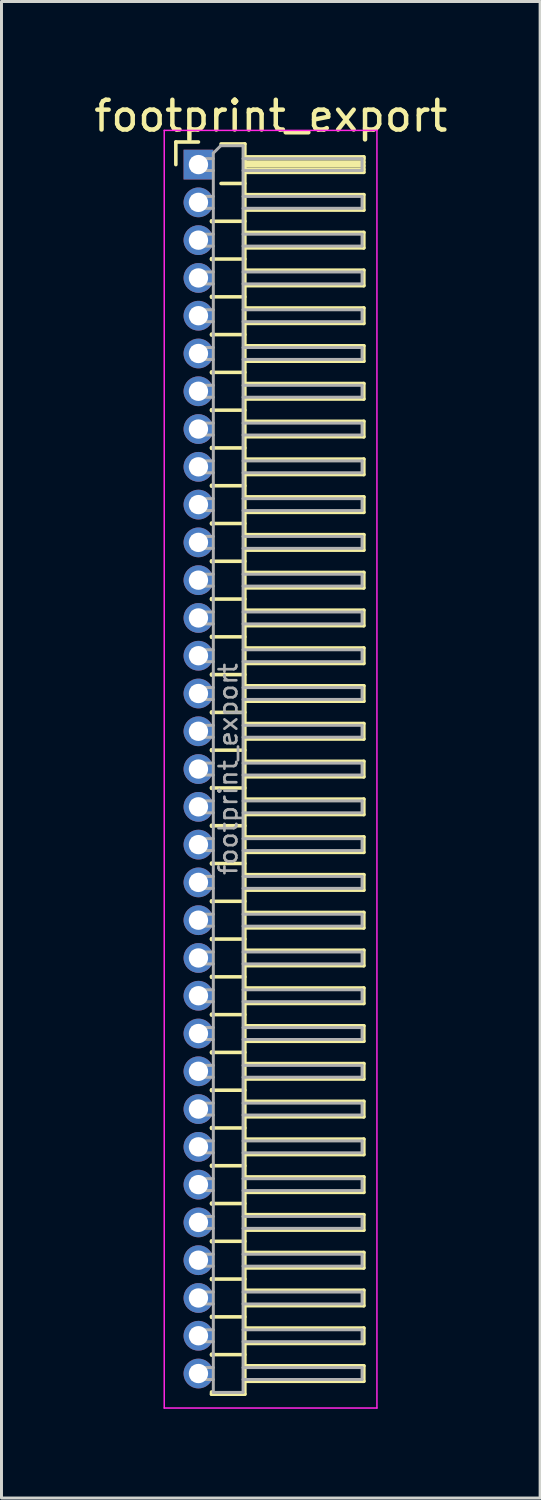
<source format=kicad_pcb>
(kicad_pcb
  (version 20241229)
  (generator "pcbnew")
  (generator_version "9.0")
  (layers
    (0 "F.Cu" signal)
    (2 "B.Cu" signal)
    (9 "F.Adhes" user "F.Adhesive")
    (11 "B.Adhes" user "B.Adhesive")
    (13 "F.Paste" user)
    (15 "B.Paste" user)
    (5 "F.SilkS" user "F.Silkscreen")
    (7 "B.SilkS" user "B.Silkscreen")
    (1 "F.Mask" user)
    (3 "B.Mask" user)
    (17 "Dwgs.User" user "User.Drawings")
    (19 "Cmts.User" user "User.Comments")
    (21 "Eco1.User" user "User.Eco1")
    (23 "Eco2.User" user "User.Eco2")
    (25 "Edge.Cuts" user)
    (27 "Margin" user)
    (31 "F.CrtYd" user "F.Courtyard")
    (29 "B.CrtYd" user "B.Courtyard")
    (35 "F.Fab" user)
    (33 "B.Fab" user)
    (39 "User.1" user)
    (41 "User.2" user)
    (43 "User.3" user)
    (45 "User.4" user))
  (footprint "footprint_export"
    (layer "F.Cu")
    (at 3.621 2.483)
    (property "Reference" "footprint_export" (at 2.433 -1.635 0) (layer "F.SilkS") (effects (font (size 1 1) (thickness 0.15))))
    (attr through_hole)
    (fp_line (start -0.76 -0.76) (end 0 -0.76) (stroke (width 0.12) (type solid)) (layer "F.SilkS"))
    (fp_line (start -0.76 0) (end -0.76 -0.76) (stroke (width 0.12) (type solid)) (layer "F.SilkS"))
    (fp_line (start 0.44 1.89) (end 0.44 1.92) (stroke (width 0.12) (type solid)) (layer "F.SilkS"))
    (fp_line (start 0.44 1.905) (end 1.56 1.905) (stroke (width 0.12) (type solid)) (layer "F.SilkS"))
    (fp_line (start 0.44 3.16) (end 0.44 3.19) (stroke (width 0.12) (type solid)) (layer "F.SilkS"))
    (fp_line (start 0.44 3.175) (end 1.56 3.175) (stroke (width 0.12) (type solid)) (layer "F.SilkS"))
    (fp_line (start 0.44 4.43) (end 0.44 4.46) (stroke (width 0.12) (type solid)) (layer "F.SilkS"))
    (fp_line (start 0.44 4.445) (end 1.56 4.445) (stroke (width 0.12) (type solid)) (layer "F.SilkS"))
    (fp_line (start 0.44 5.7) (end 0.44 5.73) (stroke (width 0.12) (type solid)) (layer "F.SilkS"))
    (fp_line (start 0.44 5.715) (end 1.56 5.715) (stroke (width 0.12) (type solid)) (layer "F.SilkS"))
    (fp_line (start 0.44 6.97) (end 0.44 7) (stroke (width 0.12) (type solid)) (layer "F.SilkS"))
    (fp_line (start 0.44 6.985) (end 1.56 6.985) (stroke (width 0.12) (type solid)) (layer "F.SilkS"))
    (fp_line (start 0.44 8.24) (end 0.44 8.27) (stroke (width 0.12) (type solid)) (layer "F.SilkS"))
    (fp_line (start 0.44 8.255) (end 1.56 8.255) (stroke (width 0.12) (type solid)) (layer "F.SilkS"))
    (fp_line (start 0.44 9.51) (end 0.44 9.54) (stroke (width 0.12) (type solid)) (layer "F.SilkS"))
    (fp_line (start 0.44 9.525) (end 1.56 9.525) (stroke (width 0.12) (type solid)) (layer "F.SilkS"))
    (fp_line (start 0.44 10.78) (end 0.44 10.81) (stroke (width 0.12) (type solid)) (layer "F.SilkS"))
    (fp_line (start 0.44 10.795) (end 1.56 10.795) (stroke (width 0.12) (type solid)) (layer "F.SilkS"))
    (fp_line (start 0.44 12.05) (end 0.44 12.08) (stroke (width 0.12) (type solid)) (layer "F.SilkS"))
    (fp_line (start 0.44 12.065) (end 1.56 12.065) (stroke (width 0.12) (type solid)) (layer "F.SilkS"))
    (fp_line (start 0.44 13.32) (end 0.44 13.35) (stroke (width 0.12) (type solid)) (layer "F.SilkS"))
    (fp_line (start 0.44 13.335) (end 1.56 13.335) (stroke (width 0.12) (type solid)) (layer "F.SilkS"))
    (fp_line (start 0.44 14.59) (end 0.44 14.62) (stroke (width 0.12) (type solid)) (layer "F.SilkS"))
    (fp_line (start 0.44 14.605) (end 1.56 14.605) (stroke (width 0.12) (type solid)) (layer "F.SilkS"))
    (fp_line (start 0.44 15.86) (end 0.44 15.89) (stroke (width 0.12) (type solid)) (layer "F.SilkS"))
    (fp_line (start 0.44 15.875) (end 1.56 15.875) (stroke (width 0.12) (type solid)) (layer "F.SilkS"))
    (fp_line (start 0.44 17.13) (end 0.44 17.16) (stroke (width 0.12) (type solid)) (layer "F.SilkS"))
    (fp_line (start 0.44 17.145) (end 1.56 17.145) (stroke (width 0.12) (type solid)) (layer "F.SilkS"))
    (fp_line (start 0.44 18.4) (end 0.44 18.43) (stroke (width 0.12) (type solid)) (layer "F.SilkS"))
    (fp_line (start 0.44 18.415) (end 1.56 18.415) (stroke (width 0.12) (type solid)) (layer "F.SilkS"))
    (fp_line (start 0.44 19.67) (end 0.44 19.7) (stroke (width 0.12) (type solid)) (layer "F.SilkS"))
    (fp_line (start 0.44 19.685) (end 1.56 19.685) (stroke (width 0.12) (type solid)) (layer "F.SilkS"))
    (fp_line (start 0.44 20.94) (end 0.44 20.97) (stroke (width 0.12) (type solid)) (layer "F.SilkS"))
    (fp_line (start 0.44 20.955) (end 1.56 20.955) (stroke (width 0.12) (type solid)) (layer "F.SilkS"))
    (fp_line (start 0.44 22.21) (end 0.44 22.24) (stroke (width 0.12) (type solid)) (layer "F.SilkS"))
    (fp_line (start 0.44 22.225) (end 1.56 22.225) (stroke (width 0.12) (type solid)) (layer "F.SilkS"))
    (fp_line (start 0.44 23.48) (end 0.44 23.51) (stroke (width 0.12) (type solid)) (layer "F.SilkS"))
    (fp_line (start 0.44 23.495) (end 1.56 23.495) (stroke (width 0.12) (type solid)) (layer "F.SilkS"))
    (fp_line (start 0.44 24.75) (end 0.44 24.78) (stroke (width 0.12) (type solid)) (layer "F.SilkS"))
    (fp_line (start 0.44 24.765) (end 1.56 24.765) (stroke (width 0.12) (type solid)) (layer "F.SilkS"))
    (fp_line (start 0.44 26.02) (end 0.44 26.05) (stroke (width 0.12) (type solid)) (layer "F.SilkS"))
    (fp_line (start 0.44 26.035) (end 1.56 26.035) (stroke (width 0.12) (type solid)) (layer "F.SilkS"))
    (fp_line (start 0.44 27.29) (end 0.44 27.32) (stroke (width 0.12) (type solid)) (layer "F.SilkS"))
    (fp_line (start 0.44 27.305) (end 1.56 27.305) (stroke (width 0.12) (type solid)) (layer "F.SilkS"))
    (fp_line (start 0.44 28.56) (end 0.44 28.59) (stroke (width 0.12) (type solid)) (layer "F.SilkS"))
    (fp_line (start 0.44 28.575) (end 1.56 28.575) (stroke (width 0.12) (type solid)) (layer "F.SilkS"))
    (fp_line (start 0.44 29.83) (end 0.44 29.86) (stroke (width 0.12) (type solid)) (layer "F.SilkS"))
    (fp_line (start 0.44 29.845) (end 1.56 29.845) (stroke (width 0.12) (type solid)) (layer "F.SilkS"))
    (fp_line (start 0.44 31.1) (end 0.44 31.13) (stroke (width 0.12) (type solid)) (layer "F.SilkS"))
    (fp_line (start 0.44 31.115) (end 1.56 31.115) (stroke (width 0.12) (type solid)) (layer "F.SilkS"))
    (fp_line (start 0.44 32.37) (end 0.44 32.4) (stroke (width 0.12) (type solid)) (layer "F.SilkS"))
    (fp_line (start 0.44 32.385) (end 1.56 32.385) (stroke (width 0.12) (type solid)) (layer "F.SilkS"))
    (fp_line (start 0.44 33.64) (end 0.44 33.67) (stroke (width 0.12) (type solid)) (layer "F.SilkS"))
    (fp_line (start 0.44 33.655) (end 1.56 33.655) (stroke (width 0.12) (type solid)) (layer "F.SilkS"))
    (fp_line (start 0.44 34.91) (end 0.44 34.94) (stroke (width 0.12) (type solid)) (layer "F.SilkS"))
    (fp_line (start 0.44 34.925) (end 1.56 34.925) (stroke (width 0.12) (type solid)) (layer "F.SilkS"))
    (fp_line (start 0.44 36.18) (end 0.44 36.21) (stroke (width 0.12) (type solid)) (layer "F.SilkS"))
    (fp_line (start 0.44 36.195) (end 1.56 36.195) (stroke (width 0.12) (type solid)) (layer "F.SilkS"))
    (fp_line (start 0.44 37.45) (end 0.44 37.48) (stroke (width 0.12) (type solid)) (layer "F.SilkS"))
    (fp_line (start 0.44 37.465) (end 1.56 37.465) (stroke (width 0.12) (type solid)) (layer "F.SilkS"))
    (fp_line (start 0.44 38.72) (end 0.44 38.75) (stroke (width 0.12) (type solid)) (layer "F.SilkS"))
    (fp_line (start 0.44 38.735) (end 1.56 38.735) (stroke (width 0.12) (type solid)) (layer "F.SilkS"))
    (fp_line (start 0.44 39.99) (end 0.44 40.02) (stroke (width 0.12) (type solid)) (layer "F.SilkS"))
    (fp_line (start 0.44 40.005) (end 1.56 40.005) (stroke (width 0.12) (type solid)) (layer "F.SilkS"))
    (fp_line (start 0.44 41.335) (end 0.44 41.26) (stroke (width 0.12) (type solid)) (layer "F.SilkS"))
    (fp_line (start 0.76 -0.695) (end 1.56 -0.695) (stroke (width 0.12) (type solid)) (layer "F.SilkS"))
    (fp_line (start 0.76 0.635) (end 1.56 0.635) (stroke (width 0.12) (type solid)) (layer "F.SilkS"))
    (fp_line (start 1.56 -0.695) (end 1.56 41.335) (stroke (width 0.12) (type solid)) (layer "F.SilkS"))
    (fp_line (start 1.56 -0.26) (end 5.56 -0.26) (stroke (width 0.12) (type solid)) (layer "F.SilkS"))
    (fp_line (start 1.56 -0.2) (end 5.56 -0.2) (stroke (width 0.12) (type solid)) (layer "F.SilkS"))
    (fp_line (start 1.56 -0.08) (end 5.56 -0.08) (stroke (width 0.12) (type solid)) (layer "F.SilkS"))
    (fp_line (start 1.56 0.04) (end 5.56 0.04) (stroke (width 0.12) (type solid)) (layer "F.SilkS"))
    (fp_line (start 1.56 0.16) (end 5.56 0.16) (stroke (width 0.12) (type solid)) (layer "F.SilkS"))
    (fp_line (start 1.56 1.01) (end 5.56 1.01) (stroke (width 0.12) (type solid)) (layer "F.SilkS"))
    (fp_line (start 1.56 2.28) (end 5.56 2.28) (stroke (width 0.12) (type solid)) (layer "F.SilkS"))
    (fp_line (start 1.56 3.55) (end 5.56 3.55) (stroke (width 0.12) (type solid)) (layer "F.SilkS"))
    (fp_line (start 1.56 4.82) (end 5.56 4.82) (stroke (width 0.12) (type solid)) (layer "F.SilkS"))
    (fp_line (start 1.56 6.09) (end 5.56 6.09) (stroke (width 0.12) (type solid)) (layer "F.SilkS"))
    (fp_line (start 1.56 7.36) (end 5.56 7.36) (stroke (width 0.12) (type solid)) (layer "F.SilkS"))
    (fp_line (start 1.56 8.63) (end 5.56 8.63) (stroke (width 0.12) (type solid)) (layer "F.SilkS"))
    (fp_line (start 1.56 9.9) (end 5.56 9.9) (stroke (width 0.12) (type solid)) (layer "F.SilkS"))
    (fp_line (start 1.56 11.17) (end 5.56 11.17) (stroke (width 0.12) (type solid)) (layer "F.SilkS"))
    (fp_line (start 1.56 12.44) (end 5.56 12.44) (stroke (width 0.12) (type solid)) (layer "F.SilkS"))
    (fp_line (start 1.56 13.71) (end 5.56 13.71) (stroke (width 0.12) (type solid)) (layer "F.SilkS"))
    (fp_line (start 1.56 14.98) (end 5.56 14.98) (stroke (width 0.12) (type solid)) (layer "F.SilkS"))
    (fp_line (start 1.56 16.25) (end 5.56 16.25) (stroke (width 0.12) (type solid)) (layer "F.SilkS"))
    (fp_line (start 1.56 17.52) (end 5.56 17.52) (stroke (width 0.12) (type solid)) (layer "F.SilkS"))
    (fp_line (start 1.56 18.79) (end 5.56 18.79) (stroke (width 0.12) (type solid)) (layer "F.SilkS"))
    (fp_line (start 1.56 20.06) (end 5.56 20.06) (stroke (width 0.12) (type solid)) (layer "F.SilkS"))
    (fp_line (start 1.56 21.33) (end 5.56 21.33) (stroke (width 0.12) (type solid)) (layer "F.SilkS"))
    (fp_line (start 1.56 22.6) (end 5.56 22.6) (stroke (width 0.12) (type solid)) (layer "F.SilkS"))
    (fp_line (start 1.56 23.87) (end 5.56 23.87) (stroke (width 0.12) (type solid)) (layer "F.SilkS"))
    (fp_line (start 1.56 25.14) (end 5.56 25.14) (stroke (width 0.12) (type solid)) (layer "F.SilkS"))
    (fp_line (start 1.56 26.41) (end 5.56 26.41) (stroke (width 0.12) (type solid)) (layer "F.SilkS"))
    (fp_line (start 1.56 27.68) (end 5.56 27.68) (stroke (width 0.12) (type solid)) (layer "F.SilkS"))
    (fp_line (start 1.56 28.95) (end 5.56 28.95) (stroke (width 0.12) (type solid)) (layer "F.SilkS"))
    (fp_line (start 1.56 30.22) (end 5.56 30.22) (stroke (width 0.12) (type solid)) (layer "F.SilkS"))
    (fp_line (start 1.56 31.49) (end 5.56 31.49) (stroke (width 0.12) (type solid)) (layer "F.SilkS"))
    (fp_line (start 1.56 32.76) (end 5.56 32.76) (stroke (width 0.12) (type solid)) (layer "F.SilkS"))
    (fp_line (start 1.56 34.03) (end 5.56 34.03) (stroke (width 0.12) (type solid)) (layer "F.SilkS"))
    (fp_line (start 1.56 35.3) (end 5.56 35.3) (stroke (width 0.12) (type solid)) (layer "F.SilkS"))
    (fp_line (start 1.56 36.57) (end 5.56 36.57) (stroke (width 0.12) (type solid)) (layer "F.SilkS"))
    (fp_line (start 1.56 37.84) (end 5.56 37.84) (stroke (width 0.12) (type solid)) (layer "F.SilkS"))
    (fp_line (start 1.56 39.11) (end 5.56 39.11) (stroke (width 0.12) (type solid)) (layer "F.SilkS"))
    (fp_line (start 1.56 40.38) (end 5.56 40.38) (stroke (width 0.12) (type solid)) (layer "F.SilkS"))
    (fp_line (start 1.56 41.335) (end 0.44 41.335) (stroke (width 0.12) (type solid)) (layer "F.SilkS"))
    (fp_line (start 5.56 -0.26) (end 5.56 0.26) (stroke (width 0.12) (type solid)) (layer "F.SilkS"))
    (fp_line (start 5.56 0.26) (end 1.56 0.26) (stroke (width 0.12) (type solid)) (layer "F.SilkS"))
    (fp_line (start 5.56 1.01) (end 5.56 1.53) (stroke (width 0.12) (type solid)) (layer "F.SilkS"))
    (fp_line (start 5.56 1.53) (end 1.56 1.53) (stroke (width 0.12) (type solid)) (layer "F.SilkS"))
    (fp_line (start 5.56 2.28) (end 5.56 2.8) (stroke (width 0.12) (type solid)) (layer "F.SilkS"))
    (fp_line (start 5.56 2.8) (end 1.56 2.8) (stroke (width 0.12) (type solid)) (layer "F.SilkS"))
    (fp_line (start 5.56 3.55) (end 5.56 4.07) (stroke (width 0.12) (type solid)) (layer "F.SilkS"))
    (fp_line (start 5.56 4.07) (end 1.56 4.07) (stroke (width 0.12) (type solid)) (layer "F.SilkS"))
    (fp_line (start 5.56 4.82) (end 5.56 5.34) (stroke (width 0.12) (type solid)) (layer "F.SilkS"))
    (fp_line (start 5.56 5.34) (end 1.56 5.34) (stroke (width 0.12) (type solid)) (layer "F.SilkS"))
    (fp_line (start 5.56 6.09) (end 5.56 6.61) (stroke (width 0.12) (type solid)) (layer "F.SilkS"))
    (fp_line (start 5.56 6.61) (end 1.56 6.61) (stroke (width 0.12) (type solid)) (layer "F.SilkS"))
    (fp_line (start 5.56 7.36) (end 5.56 7.88) (stroke (width 0.12) (type solid)) (layer "F.SilkS"))
    (fp_line (start 5.56 7.88) (end 1.56 7.88) (stroke (width 0.12) (type solid)) (layer "F.SilkS"))
    (fp_line (start 5.56 8.63) (end 5.56 9.15) (stroke (width 0.12) (type solid)) (layer "F.SilkS"))
    (fp_line (start 5.56 9.15) (end 1.56 9.15) (stroke (width 0.12) (type solid)) (layer "F.SilkS"))
    (fp_line (start 5.56 9.9) (end 5.56 10.42) (stroke (width 0.12) (type solid)) (layer "F.SilkS"))
    (fp_line (start 5.56 10.42) (end 1.56 10.42) (stroke (width 0.12) (type solid)) (layer "F.SilkS"))
    (fp_line (start 5.56 11.17) (end 5.56 11.69) (stroke (width 0.12) (type solid)) (layer "F.SilkS"))
    (fp_line (start 5.56 11.69) (end 1.56 11.69) (stroke (width 0.12) (type solid)) (layer "F.SilkS"))
    (fp_line (start 5.56 12.44) (end 5.56 12.96) (stroke (width 0.12) (type solid)) (layer "F.SilkS"))
    (fp_line (start 5.56 12.96) (end 1.56 12.96) (stroke (width 0.12) (type solid)) (layer "F.SilkS"))
    (fp_line (start 5.56 13.71) (end 5.56 14.23) (stroke (width 0.12) (type solid)) (layer "F.SilkS"))
    (fp_line (start 5.56 14.23) (end 1.56 14.23) (stroke (width 0.12) (type solid)) (layer "F.SilkS"))
    (fp_line (start 5.56 14.98) (end 5.56 15.5) (stroke (width 0.12) (type solid)) (layer "F.SilkS"))
    (fp_line (start 5.56 15.5) (end 1.56 15.5) (stroke (width 0.12) (type solid)) (layer "F.SilkS"))
    (fp_line (start 5.56 16.25) (end 5.56 16.77) (stroke (width 0.12) (type solid)) (layer "F.SilkS"))
    (fp_line (start 5.56 16.77) (end 1.56 16.77) (stroke (width 0.12) (type solid)) (layer "F.SilkS"))
    (fp_line (start 5.56 17.52) (end 5.56 18.04) (stroke (width 0.12) (type solid)) (layer "F.SilkS"))
    (fp_line (start 5.56 18.04) (end 1.56 18.04) (stroke (width 0.12) (type solid)) (layer "F.SilkS"))
    (fp_line (start 5.56 18.79) (end 5.56 19.31) (stroke (width 0.12) (type solid)) (layer "F.SilkS"))
    (fp_line (start 5.56 19.31) (end 1.56 19.31) (stroke (width 0.12) (type solid)) (layer "F.SilkS"))
    (fp_line (start 5.56 20.06) (end 5.56 20.58) (stroke (width 0.12) (type solid)) (layer "F.SilkS"))
    (fp_line (start 5.56 20.58) (end 1.56 20.58) (stroke (width 0.12) (type solid)) (layer "F.SilkS"))
    (fp_line (start 5.56 21.33) (end 5.56 21.85) (stroke (width 0.12) (type solid)) (layer "F.SilkS"))
    (fp_line (start 5.56 21.85) (end 1.56 21.85) (stroke (width 0.12) (type solid)) (layer "F.SilkS"))
    (fp_line (start 5.56 22.6) (end 5.56 23.12) (stroke (width 0.12) (type solid)) (layer "F.SilkS"))
    (fp_line (start 5.56 23.12) (end 1.56 23.12) (stroke (width 0.12) (type solid)) (layer "F.SilkS"))
    (fp_line (start 5.56 23.87) (end 5.56 24.39) (stroke (width 0.12) (type solid)) (layer "F.SilkS"))
    (fp_line (start 5.56 24.39) (end 1.56 24.39) (stroke (width 0.12) (type solid)) (layer "F.SilkS"))
    (fp_line (start 5.56 25.14) (end 5.56 25.66) (stroke (width 0.12) (type solid)) (layer "F.SilkS"))
    (fp_line (start 5.56 25.66) (end 1.56 25.66) (stroke (width 0.12) (type solid)) (layer "F.SilkS"))
    (fp_line (start 5.56 26.41) (end 5.56 26.93) (stroke (width 0.12) (type solid)) (layer "F.SilkS"))
    (fp_line (start 5.56 26.93) (end 1.56 26.93) (stroke (width 0.12) (type solid)) (layer "F.SilkS"))
    (fp_line (start 5.56 27.68) (end 5.56 28.2) (stroke (width 0.12) (type solid)) (layer "F.SilkS"))
    (fp_line (start 5.56 28.2) (end 1.56 28.2) (stroke (width 0.12) (type solid)) (layer "F.SilkS"))
    (fp_line (start 5.56 28.95) (end 5.56 29.47) (stroke (width 0.12) (type solid)) (layer "F.SilkS"))
    (fp_line (start 5.56 29.47) (end 1.56 29.47) (stroke (width 0.12) (type solid)) (layer "F.SilkS"))
    (fp_line (start 5.56 30.22) (end 5.56 30.74) (stroke (width 0.12) (type solid)) (layer "F.SilkS"))
    (fp_line (start 5.56 30.74) (end 1.56 30.74) (stroke (width 0.12) (type solid)) (layer "F.SilkS"))
    (fp_line (start 5.56 31.49) (end 5.56 32.01) (stroke (width 0.12) (type solid)) (layer "F.SilkS"))
    (fp_line (start 5.56 32.01) (end 1.56 32.01) (stroke (width 0.12) (type solid)) (layer "F.SilkS"))
    (fp_line (start 5.56 32.76) (end 5.56 33.28) (stroke (width 0.12) (type solid)) (layer "F.SilkS"))
    (fp_line (start 5.56 33.28) (end 1.56 33.28) (stroke (width 0.12) (type solid)) (layer "F.SilkS"))
    (fp_line (start 5.56 34.03) (end 5.56 34.55) (stroke (width 0.12) (type solid)) (layer "F.SilkS"))
    (fp_line (start 5.56 34.55) (end 1.56 34.55) (stroke (width 0.12) (type solid)) (layer "F.SilkS"))
    (fp_line (start 5.56 35.3) (end 5.56 35.82) (stroke (width 0.12) (type solid)) (layer "F.SilkS"))
    (fp_line (start 5.56 35.82) (end 1.56 35.82) (stroke (width 0.12) (type solid)) (layer "F.SilkS"))
    (fp_line (start 5.56 36.57) (end 5.56 37.09) (stroke (width 0.12) (type solid)) (layer "F.SilkS"))
    (fp_line (start 5.56 37.09) (end 1.56 37.09) (stroke (width 0.12) (type solid)) (layer "F.SilkS"))
    (fp_line (start 5.56 37.84) (end 5.56 38.36) (stroke (width 0.12) (type solid)) (layer "F.SilkS"))
    (fp_line (start 5.56 38.36) (end 1.56 38.36) (stroke (width 0.12) (type solid)) (layer "F.SilkS"))
    (fp_line (start 5.56 39.11) (end 5.56 39.63) (stroke (width 0.12) (type solid)) (layer "F.SilkS"))
    (fp_line (start 5.56 39.63) (end 1.56 39.63) (stroke (width 0.12) (type solid)) (layer "F.SilkS"))
    (fp_line (start 5.56 40.38) (end 5.56 40.9) (stroke (width 0.12) (type solid)) (layer "F.SilkS"))
    (fp_line (start 5.56 40.9) (end 1.56 40.9) (stroke (width 0.12) (type solid)) (layer "F.SilkS"))
    (fp_line (start -1.15 -1.15) (end -1.15 41.8) (stroke (width 0.05) (type solid)) (layer "F.CrtYd"))
    (fp_line (start -1.15 41.8) (end 6 41.8) (stroke (width 0.05) (type solid)) (layer "F.CrtYd"))
    (fp_line (start 6 -1.15) (end -1.15 -1.15) (stroke (width 0.05) (type solid)) (layer "F.CrtYd"))
    (fp_line (start 6 41.8) (end 6 -1.15) (stroke (width 0.05) (type solid)) (layer "F.CrtYd"))
    (fp_line (start -0.2 -0.2) (end -0.2 0.2) (stroke (width 0.1) (type solid)) (layer "F.Fab"))
    (fp_line (start -0.2 -0.2) (end 0.5 -0.2) (stroke (width 0.1) (type solid)) (layer "F.Fab"))
    (fp_line (start -0.2 0.2) (end 0.5 0.2) (stroke (width 0.1) (type solid)) (layer "F.Fab"))
    (fp_line (start -0.2 1.07) (end -0.2 1.47) (stroke (width 0.1) (type solid)) (layer "F.Fab"))
    (fp_line (start -0.2 1.07) (end 0.5 1.07) (stroke (width 0.1) (type solid)) (layer "F.Fab"))
    (fp_line (start -0.2 1.47) (end 0.5 1.47) (stroke (width 0.1) (type solid)) (layer "F.Fab"))
    (fp_line (start -0.2 2.34) (end -0.2 2.74) (stroke (width 0.1) (type solid)) (layer "F.Fab"))
    (fp_line (start -0.2 2.34) (end 0.5 2.34) (stroke (width 0.1) (type solid)) (layer "F.Fab"))
    (fp_line (start -0.2 2.74) (end 0.5 2.74) (stroke (width 0.1) (type solid)) (layer "F.Fab"))
    (fp_line (start -0.2 3.61) (end -0.2 4.01) (stroke (width 0.1) (type solid)) (layer "F.Fab"))
    (fp_line (start -0.2 3.61) (end 0.5 3.61) (stroke (width 0.1) (type solid)) (layer "F.Fab"))
    (fp_line (start -0.2 4.01) (end 0.5 4.01) (stroke (width 0.1) (type solid)) (layer "F.Fab"))
    (fp_line (start -0.2 4.88) (end -0.2 5.28) (stroke (width 0.1) (type solid)) (layer "F.Fab"))
    (fp_line (start -0.2 4.88) (end 0.5 4.88) (stroke (width 0.1) (type solid)) (layer "F.Fab"))
    (fp_line (start -0.2 5.28) (end 0.5 5.28) (stroke (width 0.1) (type solid)) (layer "F.Fab"))
    (fp_line (start -0.2 6.15) (end -0.2 6.55) (stroke (width 0.1) (type solid)) (layer "F.Fab"))
    (fp_line (start -0.2 6.15) (end 0.5 6.15) (stroke (width 0.1) (type solid)) (layer "F.Fab"))
    (fp_line (start -0.2 6.55) (end 0.5 6.55) (stroke (width 0.1) (type solid)) (layer "F.Fab"))
    (fp_line (start -0.2 7.42) (end -0.2 7.82) (stroke (width 0.1) (type solid)) (layer "F.Fab"))
    (fp_line (start -0.2 7.42) (end 0.5 7.42) (stroke (width 0.1) (type solid)) (layer "F.Fab"))
    (fp_line (start -0.2 7.82) (end 0.5 7.82) (stroke (width 0.1) (type solid)) (layer "F.Fab"))
    (fp_line (start -0.2 8.69) (end -0.2 9.09) (stroke (width 0.1) (type solid)) (layer "F.Fab"))
    (fp_line (start -0.2 8.69) (end 0.5 8.69) (stroke (width 0.1) (type solid)) (layer "F.Fab"))
    (fp_line (start -0.2 9.09) (end 0.5 9.09) (stroke (width 0.1) (type solid)) (layer "F.Fab"))
    (fp_line (start -0.2 9.96) (end -0.2 10.36) (stroke (width 0.1) (type solid)) (layer "F.Fab"))
    (fp_line (start -0.2 9.96) (end 0.5 9.96) (stroke (width 0.1) (type solid)) (layer "F.Fab"))
    (fp_line (start -0.2 10.36) (end 0.5 10.36) (stroke (width 0.1) (type solid)) (layer "F.Fab"))
    (fp_line (start -0.2 11.23) (end -0.2 11.63) (stroke (width 0.1) (type solid)) (layer "F.Fab"))
    (fp_line (start -0.2 11.23) (end 0.5 11.23) (stroke (width 0.1) (type solid)) (layer "F.Fab"))
    (fp_line (start -0.2 11.63) (end 0.5 11.63) (stroke (width 0.1) (type solid)) (layer "F.Fab"))
    (fp_line (start -0.2 12.5) (end -0.2 12.9) (stroke (width 0.1) (type solid)) (layer "F.Fab"))
    (fp_line (start -0.2 12.5) (end 0.5 12.5) (stroke (width 0.1) (type solid)) (layer "F.Fab"))
    (fp_line (start -0.2 12.9) (end 0.5 12.9) (stroke (width 0.1) (type solid)) (layer "F.Fab"))
    (fp_line (start -0.2 13.77) (end -0.2 14.17) (stroke (width 0.1) (type solid)) (layer "F.Fab"))
    (fp_line (start -0.2 13.77) (end 0.5 13.77) (stroke (width 0.1) (type solid)) (layer "F.Fab"))
    (fp_line (start -0.2 14.17) (end 0.5 14.17) (stroke (width 0.1) (type solid)) (layer "F.Fab"))
    (fp_line (start -0.2 15.04) (end -0.2 15.44) (stroke (width 0.1) (type solid)) (layer "F.Fab"))
    (fp_line (start -0.2 15.04) (end 0.5 15.04) (stroke (width 0.1) (type solid)) (layer "F.Fab"))
    (fp_line (start -0.2 15.44) (end 0.5 15.44) (stroke (width 0.1) (type solid)) (layer "F.Fab"))
    (fp_line (start -0.2 16.31) (end -0.2 16.71) (stroke (width 0.1) (type solid)) (layer "F.Fab"))
    (fp_line (start -0.2 16.31) (end 0.5 16.31) (stroke (width 0.1) (type solid)) (layer "F.Fab"))
    (fp_line (start -0.2 16.71) (end 0.5 16.71) (stroke (width 0.1) (type solid)) (layer "F.Fab"))
    (fp_line (start -0.2 17.58) (end -0.2 17.98) (stroke (width 0.1) (type solid)) (layer "F.Fab"))
    (fp_line (start -0.2 17.58) (end 0.5 17.58) (stroke (width 0.1) (type solid)) (layer "F.Fab"))
    (fp_line (start -0.2 17.98) (end 0.5 17.98) (stroke (width 0.1) (type solid)) (layer "F.Fab"))
    (fp_line (start -0.2 18.85) (end -0.2 19.25) (stroke (width 0.1) (type solid)) (layer "F.Fab"))
    (fp_line (start -0.2 18.85) (end 0.5 18.85) (stroke (width 0.1) (type solid)) (layer "F.Fab"))
    (fp_line (start -0.2 19.25) (end 0.5 19.25) (stroke (width 0.1) (type solid)) (layer "F.Fab"))
    (fp_line (start -0.2 20.12) (end -0.2 20.52) (stroke (width 0.1) (type solid)) (layer "F.Fab"))
    (fp_line (start -0.2 20.12) (end 0.5 20.12) (stroke (width 0.1) (type solid)) (layer "F.Fab"))
    (fp_line (start -0.2 20.52) (end 0.5 20.52) (stroke (width 0.1) (type solid)) (layer "F.Fab"))
    (fp_line (start -0.2 21.39) (end -0.2 21.79) (stroke (width 0.1) (type solid)) (layer "F.Fab"))
    (fp_line (start -0.2 21.39) (end 0.5 21.39) (stroke (width 0.1) (type solid)) (layer "F.Fab"))
    (fp_line (start -0.2 21.79) (end 0.5 21.79) (stroke (width 0.1) (type solid)) (layer "F.Fab"))
    (fp_line (start -0.2 22.66) (end -0.2 23.06) (stroke (width 0.1) (type solid)) (layer "F.Fab"))
    (fp_line (start -0.2 22.66) (end 0.5 22.66) (stroke (width 0.1) (type solid)) (layer "F.Fab"))
    (fp_line (start -0.2 23.06) (end 0.5 23.06) (stroke (width 0.1) (type solid)) (layer "F.Fab"))
    (fp_line (start -0.2 23.93) (end -0.2 24.33) (stroke (width 0.1) (type solid)) (layer "F.Fab"))
    (fp_line (start -0.2 23.93) (end 0.5 23.93) (stroke (width 0.1) (type solid)) (layer "F.Fab"))
    (fp_line (start -0.2 24.33) (end 0.5 24.33) (stroke (width 0.1) (type solid)) (layer "F.Fab"))
    (fp_line (start -0.2 25.2) (end -0.2 25.6) (stroke (width 0.1) (type solid)) (layer "F.Fab"))
    (fp_line (start -0.2 25.2) (end 0.5 25.2) (stroke (width 0.1) (type solid)) (layer "F.Fab"))
    (fp_line (start -0.2 25.6) (end 0.5 25.6) (stroke (width 0.1) (type solid)) (layer "F.Fab"))
    (fp_line (start -0.2 26.47) (end -0.2 26.87) (stroke (width 0.1) (type solid)) (layer "F.Fab"))
    (fp_line (start -0.2 26.47) (end 0.5 26.47) (stroke (width 0.1) (type solid)) (layer "F.Fab"))
    (fp_line (start -0.2 26.87) (end 0.5 26.87) (stroke (width 0.1) (type solid)) (layer "F.Fab"))
    (fp_line (start -0.2 27.74) (end -0.2 28.14) (stroke (width 0.1) (type solid)) (layer "F.Fab"))
    (fp_line (start -0.2 27.74) (end 0.5 27.74) (stroke (width 0.1) (type solid)) (layer "F.Fab"))
    (fp_line (start -0.2 28.14) (end 0.5 28.14) (stroke (width 0.1) (type solid)) (layer "F.Fab"))
    (fp_line (start -0.2 29.01) (end -0.2 29.41) (stroke (width 0.1) (type solid)) (layer "F.Fab"))
    (fp_line (start -0.2 29.01) (end 0.5 29.01) (stroke (width 0.1) (type solid)) (layer "F.Fab"))
    (fp_line (start -0.2 29.41) (end 0.5 29.41) (stroke (width 0.1) (type solid)) (layer "F.Fab"))
    (fp_line (start -0.2 30.28) (end -0.2 30.68) (stroke (width 0.1) (type solid)) (layer "F.Fab"))
    (fp_line (start -0.2 30.28) (end 0.5 30.28) (stroke (width 0.1) (type solid)) (layer "F.Fab"))
    (fp_line (start -0.2 30.68) (end 0.5 30.68) (stroke (width 0.1) (type solid)) (layer "F.Fab"))
    (fp_line (start -0.2 31.55) (end -0.2 31.95) (stroke (width 0.1) (type solid)) (layer "F.Fab"))
    (fp_line (start -0.2 31.55) (end 0.5 31.55) (stroke (width 0.1) (type solid)) (layer "F.Fab"))
    (fp_line (start -0.2 31.95) (end 0.5 31.95) (stroke (width 0.1) (type solid)) (layer "F.Fab"))
    (fp_line (start -0.2 32.82) (end -0.2 33.22) (stroke (width 0.1) (type solid)) (layer "F.Fab"))
    (fp_line (start -0.2 32.82) (end 0.5 32.82) (stroke (width 0.1) (type solid)) (layer "F.Fab"))
    (fp_line (start -0.2 33.22) (end 0.5 33.22) (stroke (width 0.1) (type solid)) (layer "F.Fab"))
    (fp_line (start -0.2 34.09) (end -0.2 34.49) (stroke (width 0.1) (type solid)) (layer "F.Fab"))
    (fp_line (start -0.2 34.09) (end 0.5 34.09) (stroke (width 0.1) (type solid)) (layer "F.Fab"))
    (fp_line (start -0.2 34.49) (end 0.5 34.49) (stroke (width 0.1) (type solid)) (layer "F.Fab"))
    (fp_line (start -0.2 35.36) (end -0.2 35.76) (stroke (width 0.1) (type solid)) (layer "F.Fab"))
    (fp_line (start -0.2 35.36) (end 0.5 35.36) (stroke (width 0.1) (type solid)) (layer "F.Fab"))
    (fp_line (start -0.2 35.76) (end 0.5 35.76) (stroke (width 0.1) (type solid)) (layer "F.Fab"))
    (fp_line (start -0.2 36.63) (end -0.2 37.03) (stroke (width 0.1) (type solid)) (layer "F.Fab"))
    (fp_line (start -0.2 36.63) (end 0.5 36.63) (stroke (width 0.1) (type solid)) (layer "F.Fab"))
    (fp_line (start -0.2 37.03) (end 0.5 37.03) (stroke (width 0.1) (type solid)) (layer "F.Fab"))
    (fp_line (start -0.2 37.9) (end -0.2 38.3) (stroke (width 0.1) (type solid)) (layer "F.Fab"))
    (fp_line (start -0.2 37.9) (end 0.5 37.9) (stroke (width 0.1) (type solid)) (layer "F.Fab"))
    (fp_line (start -0.2 38.3) (end 0.5 38.3) (stroke (width 0.1) (type solid)) (layer "F.Fab"))
    (fp_line (start -0.2 39.17) (end -0.2 39.57) (stroke (width 0.1) (type solid)) (layer "F.Fab"))
    (fp_line (start -0.2 39.17) (end 0.5 39.17) (stroke (width 0.1) (type solid)) (layer "F.Fab"))
    (fp_line (start -0.2 39.57) (end 0.5 39.57) (stroke (width 0.1) (type solid)) (layer "F.Fab"))
    (fp_line (start -0.2 40.44) (end -0.2 40.84) (stroke (width 0.1) (type solid)) (layer "F.Fab"))
    (fp_line (start -0.2 40.44) (end 0.5 40.44) (stroke (width 0.1) (type solid)) (layer "F.Fab"))
    (fp_line (start -0.2 40.84) (end 0.5 40.84) (stroke (width 0.1) (type solid)) (layer "F.Fab"))
    (fp_line (start 0.5 -0.385) (end 0.75 -0.635) (stroke (width 0.1) (type solid)) (layer "F.Fab"))
    (fp_line (start 0.5 41.275) (end 0.5 -0.385) (stroke (width 0.1) (type solid)) (layer "F.Fab"))
    (fp_line (start 0.75 -0.635) (end 1.5 -0.635) (stroke (width 0.1) (type solid)) (layer "F.Fab"))
    (fp_line (start 1.5 -0.635) (end 1.5 41.275) (stroke (width 0.1) (type solid)) (layer "F.Fab"))
    (fp_line (start 1.5 -0.2) (end 5.5 -0.2) (stroke (width 0.1) (type solid)) (layer "F.Fab"))
    (fp_line (start 1.5 0.2) (end 5.5 0.2) (stroke (width 0.1) (type solid)) (layer "F.Fab"))
    (fp_line (start 1.5 1.07) (end 5.5 1.07) (stroke (width 0.1) (type solid)) (layer "F.Fab"))
    (fp_line (start 1.5 1.47) (end 5.5 1.47) (stroke (width 0.1) (type solid)) (layer "F.Fab"))
    (fp_line (start 1.5 2.34) (end 5.5 2.34) (stroke (width 0.1) (type solid)) (layer "F.Fab"))
    (fp_line (start 1.5 2.74) (end 5.5 2.74) (stroke (width 0.1) (type solid)) (layer "F.Fab"))
    (fp_line (start 1.5 3.61) (end 5.5 3.61) (stroke (width 0.1) (type solid)) (layer "F.Fab"))
    (fp_line (start 1.5 4.01) (end 5.5 4.01) (stroke (width 0.1) (type solid)) (layer "F.Fab"))
    (fp_line (start 1.5 4.88) (end 5.5 4.88) (stroke (width 0.1) (type solid)) (layer "F.Fab"))
    (fp_line (start 1.5 5.28) (end 5.5 5.28) (stroke (width 0.1) (type solid)) (layer "F.Fab"))
    (fp_line (start 1.5 6.15) (end 5.5 6.15) (stroke (width 0.1) (type solid)) (layer "F.Fab"))
    (fp_line (start 1.5 6.55) (end 5.5 6.55) (stroke (width 0.1) (type solid)) (layer "F.Fab"))
    (fp_line (start 1.5 7.42) (end 5.5 7.42) (stroke (width 0.1) (type solid)) (layer "F.Fab"))
    (fp_line (start 1.5 7.82) (end 5.5 7.82) (stroke (width 0.1) (type solid)) (layer "F.Fab"))
    (fp_line (start 1.5 8.69) (end 5.5 8.69) (stroke (width 0.1) (type solid)) (layer "F.Fab"))
    (fp_line (start 1.5 9.09) (end 5.5 9.09) (stroke (width 0.1) (type solid)) (layer "F.Fab"))
    (fp_line (start 1.5 9.96) (end 5.5 9.96) (stroke (width 0.1) (type solid)) (layer "F.Fab"))
    (fp_line (start 1.5 10.36) (end 5.5 10.36) (stroke (width 0.1) (type solid)) (layer "F.Fab"))
    (fp_line (start 1.5 11.23) (end 5.5 11.23) (stroke (width 0.1) (type solid)) (layer "F.Fab"))
    (fp_line (start 1.5 11.63) (end 5.5 11.63) (stroke (width 0.1) (type solid)) (layer "F.Fab"))
    (fp_line (start 1.5 12.5) (end 5.5 12.5) (stroke (width 0.1) (type solid)) (layer "F.Fab"))
    (fp_line (start 1.5 12.9) (end 5.5 12.9) (stroke (width 0.1) (type solid)) (layer "F.Fab"))
    (fp_line (start 1.5 13.77) (end 5.5 13.77) (stroke (width 0.1) (type solid)) (layer "F.Fab"))
    (fp_line (start 1.5 14.17) (end 5.5 14.17) (stroke (width 0.1) (type solid)) (layer "F.Fab"))
    (fp_line (start 1.5 15.04) (end 5.5 15.04) (stroke (width 0.1) (type solid)) (layer "F.Fab"))
    (fp_line (start 1.5 15.44) (end 5.5 15.44) (stroke (width 0.1) (type solid)) (layer "F.Fab"))
    (fp_line (start 1.5 16.31) (end 5.5 16.31) (stroke (width 0.1) (type solid)) (layer "F.Fab"))
    (fp_line (start 1.5 16.71) (end 5.5 16.71) (stroke (width 0.1) (type solid)) (layer "F.Fab"))
    (fp_line (start 1.5 17.58) (end 5.5 17.58) (stroke (width 0.1) (type solid)) (layer "F.Fab"))
    (fp_line (start 1.5 17.98) (end 5.5 17.98) (stroke (width 0.1) (type solid)) (layer "F.Fab"))
    (fp_line (start 1.5 18.85) (end 5.5 18.85) (stroke (width 0.1) (type solid)) (layer "F.Fab"))
    (fp_line (start 1.5 19.25) (end 5.5 19.25) (stroke (width 0.1) (type solid)) (layer "F.Fab"))
    (fp_line (start 1.5 20.12) (end 5.5 20.12) (stroke (width 0.1) (type solid)) (layer "F.Fab"))
    (fp_line (start 1.5 20.52) (end 5.5 20.52) (stroke (width 0.1) (type solid)) (layer "F.Fab"))
    (fp_line (start 1.5 21.39) (end 5.5 21.39) (stroke (width 0.1) (type solid)) (layer "F.Fab"))
    (fp_line (start 1.5 21.79) (end 5.5 21.79) (stroke (width 0.1) (type solid)) (layer "F.Fab"))
    (fp_line (start 1.5 22.66) (end 5.5 22.66) (stroke (width 0.1) (type solid)) (layer "F.Fab"))
    (fp_line (start 1.5 23.06) (end 5.5 23.06) (stroke (width 0.1) (type solid)) (layer "F.Fab"))
    (fp_line (start 1.5 23.93) (end 5.5 23.93) (stroke (width 0.1) (type solid)) (layer "F.Fab"))
    (fp_line (start 1.5 24.33) (end 5.5 24.33) (stroke (width 0.1) (type solid)) (layer "F.Fab"))
    (fp_line (start 1.5 25.2) (end 5.5 25.2) (stroke (width 0.1) (type solid)) (layer "F.Fab"))
    (fp_line (start 1.5 25.6) (end 5.5 25.6) (stroke (width 0.1) (type solid)) (layer "F.Fab"))
    (fp_line (start 1.5 26.47) (end 5.5 26.47) (stroke (width 0.1) (type solid)) (layer "F.Fab"))
    (fp_line (start 1.5 26.87) (end 5.5 26.87) (stroke (width 0.1) (type solid)) (layer "F.Fab"))
    (fp_line (start 1.5 27.74) (end 5.5 27.74) (stroke (width 0.1) (type solid)) (layer "F.Fab"))
    (fp_line (start 1.5 28.14) (end 5.5 28.14) (stroke (width 0.1) (type solid)) (layer "F.Fab"))
    (fp_line (start 1.5 29.01) (end 5.5 29.01) (stroke (width 0.1) (type solid)) (layer "F.Fab"))
    (fp_line (start 1.5 29.41) (end 5.5 29.41) (stroke (width 0.1) (type solid)) (layer "F.Fab"))
    (fp_line (start 1.5 30.28) (end 5.5 30.28) (stroke (width 0.1) (type solid)) (layer "F.Fab"))
    (fp_line (start 1.5 30.68) (end 5.5 30.68) (stroke (width 0.1) (type solid)) (layer "F.Fab"))
    (fp_line (start 1.5 31.55) (end 5.5 31.55) (stroke (width 0.1) (type solid)) (layer "F.Fab"))
    (fp_line (start 1.5 31.95) (end 5.5 31.95) (stroke (width 0.1) (type solid)) (layer "F.Fab"))
    (fp_line (start 1.5 32.82) (end 5.5 32.82) (stroke (width 0.1) (type solid)) (layer "F.Fab"))
    (fp_line (start 1.5 33.22) (end 5.5 33.22) (stroke (width 0.1) (type solid)) (layer "F.Fab"))
    (fp_line (start 1.5 34.09) (end 5.5 34.09) (stroke (width 0.1) (type solid)) (layer "F.Fab"))
    (fp_line (start 1.5 34.49) (end 5.5 34.49) (stroke (width 0.1) (type solid)) (layer "F.Fab"))
    (fp_line (start 1.5 35.36) (end 5.5 35.36) (stroke (width 0.1) (type solid)) (layer "F.Fab"))
    (fp_line (start 1.5 35.76) (end 5.5 35.76) (stroke (width 0.1) (type solid)) (layer "F.Fab"))
    (fp_line (start 1.5 36.63) (end 5.5 36.63) (stroke (width 0.1) (type solid)) (layer "F.Fab"))
    (fp_line (start 1.5 37.03) (end 5.5 37.03) (stroke (width 0.1) (type solid)) (layer "F.Fab"))
    (fp_line (start 1.5 37.9) (end 5.5 37.9) (stroke (width 0.1) (type solid)) (layer "F.Fab"))
    (fp_line (start 1.5 38.3) (end 5.5 38.3) (stroke (width 0.1) (type solid)) (layer "F.Fab"))
    (fp_line (start 1.5 39.17) (end 5.5 39.17) (stroke (width 0.1) (type solid)) (layer "F.Fab"))
    (fp_line (start 1.5 39.57) (end 5.5 39.57) (stroke (width 0.1) (type solid)) (layer "F.Fab"))
    (fp_line (start 1.5 40.44) (end 5.5 40.44) (stroke (width 0.1) (type solid)) (layer "F.Fab"))
    (fp_line (start 1.5 40.84) (end 5.5 40.84) (stroke (width 0.1) (type solid)) (layer "F.Fab"))
    (fp_line (start 1.5 41.275) (end 0.5 41.275) (stroke (width 0.1) (type solid)) (layer "F.Fab"))
    (fp_line (start 5.5 -0.2) (end 5.5 0.2) (stroke (width 0.1) (type solid)) (layer "F.Fab"))
    (fp_line (start 5.5 1.07) (end 5.5 1.47) (stroke (width 0.1) (type solid)) (layer "F.Fab"))
    (fp_line (start 5.5 2.34) (end 5.5 2.74) (stroke (width 0.1) (type solid)) (layer "F.Fab"))
    (fp_line (start 5.5 3.61) (end 5.5 4.01) (stroke (width 0.1) (type solid)) (layer "F.Fab"))
    (fp_line (start 5.5 4.88) (end 5.5 5.28) (stroke (width 0.1) (type solid)) (layer "F.Fab"))
    (fp_line (start 5.5 6.15) (end 5.5 6.55) (stroke (width 0.1) (type solid)) (layer "F.Fab"))
    (fp_line (start 5.5 7.42) (end 5.5 7.82) (stroke (width 0.1) (type solid)) (layer "F.Fab"))
    (fp_line (start 5.5 8.69) (end 5.5 9.09) (stroke (width 0.1) (type solid)) (layer "F.Fab"))
    (fp_line (start 5.5 9.96) (end 5.5 10.36) (stroke (width 0.1) (type solid)) (layer "F.Fab"))
    (fp_line (start 5.5 11.23) (end 5.5 11.63) (stroke (width 0.1) (type solid)) (layer "F.Fab"))
    (fp_line (start 5.5 12.5) (end 5.5 12.9) (stroke (width 0.1) (type solid)) (layer "F.Fab"))
    (fp_line (start 5.5 13.77) (end 5.5 14.17) (stroke (width 0.1) (type solid)) (layer "F.Fab"))
    (fp_line (start 5.5 15.04) (end 5.5 15.44) (stroke (width 0.1) (type solid)) (layer "F.Fab"))
    (fp_line (start 5.5 16.31) (end 5.5 16.71) (stroke (width 0.1) (type solid)) (layer "F.Fab"))
    (fp_line (start 5.5 17.58) (end 5.5 17.98) (stroke (width 0.1) (type solid)) (layer "F.Fab"))
    (fp_line (start 5.5 18.85) (end 5.5 19.25) (stroke (width 0.1) (type solid)) (layer "F.Fab"))
    (fp_line (start 5.5 20.12) (end 5.5 20.52) (stroke (width 0.1) (type solid)) (layer "F.Fab"))
    (fp_line (start 5.5 21.39) (end 5.5 21.79) (stroke (width 0.1) (type solid)) (layer "F.Fab"))
    (fp_line (start 5.5 22.66) (end 5.5 23.06) (stroke (width 0.1) (type solid)) (layer "F.Fab"))
    (fp_line (start 5.5 23.93) (end 5.5 24.33) (stroke (width 0.1) (type solid)) (layer "F.Fab"))
    (fp_line (start 5.5 25.2) (end 5.5 25.6) (stroke (width 0.1) (type solid)) (layer "F.Fab"))
    (fp_line (start 5.5 26.47) (end 5.5 26.87) (stroke (width 0.1) (type solid)) (layer "F.Fab"))
    (fp_line (start 5.5 27.74) (end 5.5 28.14) (stroke (width 0.1) (type solid)) (layer "F.Fab"))
    (fp_line (start 5.5 29.01) (end 5.5 29.41) (stroke (width 0.1) (type solid)) (layer "F.Fab"))
    (fp_line (start 5.5 30.28) (end 5.5 30.68) (stroke (width 0.1) (type solid)) (layer "F.Fab"))
    (fp_line (start 5.5 31.55) (end 5.5 31.95) (stroke (width 0.1) (type solid)) (layer "F.Fab"))
    (fp_line (start 5.5 32.82) (end 5.5 33.22) (stroke (width 0.1) (type solid)) (layer "F.Fab"))
    (fp_line (start 5.5 34.09) (end 5.5 34.49) (stroke (width 0.1) (type solid)) (layer "F.Fab"))
    (fp_line (start 5.5 35.36) (end 5.5 35.76) (stroke (width 0.1) (type solid)) (layer "F.Fab"))
    (fp_line (start 5.5 36.63) (end 5.5 37.03) (stroke (width 0.1) (type solid)) (layer "F.Fab"))
    (fp_line (start 5.5 37.9) (end 5.5 38.3) (stroke (width 0.1) (type solid)) (layer "F.Fab"))
    (fp_line (start 5.5 39.17) (end 5.5 39.57) (stroke (width 0.1) (type solid)) (layer "F.Fab"))
    (fp_line (start 5.5 40.44) (end 5.5 40.84) (stroke (width 0.1) (type solid)) (layer "F.Fab"))
    (fp_text user "${REFERENCE}" (at 1 20.32 90) (layer "F.Fab") (effects (font (size 0.6 0.6) (thickness 0.09))))
    (pad "1" thru_hole rect (at 0 0) (size 1 1) (drill 0.65) (layers "*.Cu" "*.Mask"))
    (pad "2" thru_hole oval (at 0 1.27) (size 1 1) (drill 0.65) (layers "*.Cu" "*.Mask"))
    (pad "3" thru_hole oval (at 0 2.54) (size 1 1) (drill 0.65) (layers "*.Cu" "*.Mask"))
    (pad "4" thru_hole oval (at 0 3.81) (size 1 1) (drill 0.65) (layers "*.Cu" "*.Mask"))
    (pad "5" thru_hole oval (at 0 5.08) (size 1 1) (drill 0.65) (layers "*.Cu" "*.Mask"))
    (pad "6" thru_hole oval (at 0 6.35) (size 1 1) (drill 0.65) (layers "*.Cu" "*.Mask"))
    (pad "7" thru_hole oval (at 0 7.62) (size 1 1) (drill 0.65) (layers "*.Cu" "*.Mask"))
    (pad "8" thru_hole oval (at 0 8.89) (size 1 1) (drill 0.65) (layers "*.Cu" "*.Mask"))
    (pad "9" thru_hole oval (at 0 10.16) (size 1 1) (drill 0.65) (layers "*.Cu" "*.Mask"))
    (pad "10" thru_hole oval (at 0 11.43) (size 1 1) (drill 0.65) (layers "*.Cu" "*.Mask"))
    (pad "11" thru_hole oval (at 0 12.7) (size 1 1) (drill 0.65) (layers "*.Cu" "*.Mask"))
    (pad "12" thru_hole oval (at 0 13.97) (size 1 1) (drill 0.65) (layers "*.Cu" "*.Mask"))
    (pad "13" thru_hole oval (at 0 15.24) (size 1 1) (drill 0.65) (layers "*.Cu" "*.Mask"))
    (pad "14" thru_hole oval (at 0 16.51) (size 1 1) (drill 0.65) (layers "*.Cu" "*.Mask"))
    (pad "15" thru_hole oval (at 0 17.78) (size 1 1) (drill 0.65) (layers "*.Cu" "*.Mask"))
    (pad "16" thru_hole oval (at 0 19.05) (size 1 1) (drill 0.65) (layers "*.Cu" "*.Mask"))
    (pad "17" thru_hole oval (at 0 20.32) (size 1 1) (drill 0.65) (layers "*.Cu" "*.Mask"))
    (pad "18" thru_hole oval (at 0 21.59) (size 1 1) (drill 0.65) (layers "*.Cu" "*.Mask"))
    (pad "19" thru_hole oval (at 0 22.86) (size 1 1) (drill 0.65) (layers "*.Cu" "*.Mask"))
    (pad "20" thru_hole oval (at 0 24.13) (size 1 1) (drill 0.65) (layers "*.Cu" "*.Mask"))
    (pad "21" thru_hole oval (at 0 25.4) (size 1 1) (drill 0.65) (layers "*.Cu" "*.Mask"))
    (pad "22" thru_hole oval (at 0 26.67) (size 1 1) (drill 0.65) (layers "*.Cu" "*.Mask"))
    (pad "23" thru_hole oval (at 0 27.94) (size 1 1) (drill 0.65) (layers "*.Cu" "*.Mask"))
    (pad "24" thru_hole oval (at 0 29.21) (size 1 1) (drill 0.65) (layers "*.Cu" "*.Mask"))
    (pad "25" thru_hole oval (at 0 30.48) (size 1 1) (drill 0.65) (layers "*.Cu" "*.Mask"))
    (pad "26" thru_hole oval (at 0 31.75) (size 1 1) (drill 0.65) (layers "*.Cu" "*.Mask"))
    (pad "27" thru_hole oval (at 0 33.02) (size 1 1) (drill 0.65) (layers "*.Cu" "*.Mask"))
    (pad "28" thru_hole oval (at 0 34.29) (size 1 1) (drill 0.65) (layers "*.Cu" "*.Mask"))
    (pad "29" thru_hole oval (at 0 35.56) (size 1 1) (drill 0.65) (layers "*.Cu" "*.Mask"))
    (pad "30" thru_hole oval (at 0 36.83) (size 1 1) (drill 0.65) (layers "*.Cu" "*.Mask"))
    (pad "31" thru_hole oval (at 0 38.1) (size 1 1) (drill 0.65) (layers "*.Cu" "*.Mask"))
    (pad "32" thru_hole oval (at 0 39.37) (size 1 1) (drill 0.65) (layers "*.Cu" "*.Mask"))
    (pad "33" thru_hole oval (at 0 40.64) (size 1 1) (drill 0.65) (layers "*.Cu" "*.Mask")))
  (gr_rect
    (start -3 -3)
    (end 15.107 47.308)
    (stroke (width 0.1) (type default))
    (fill no)
    (layer "Edge.Cuts")))
</source>
